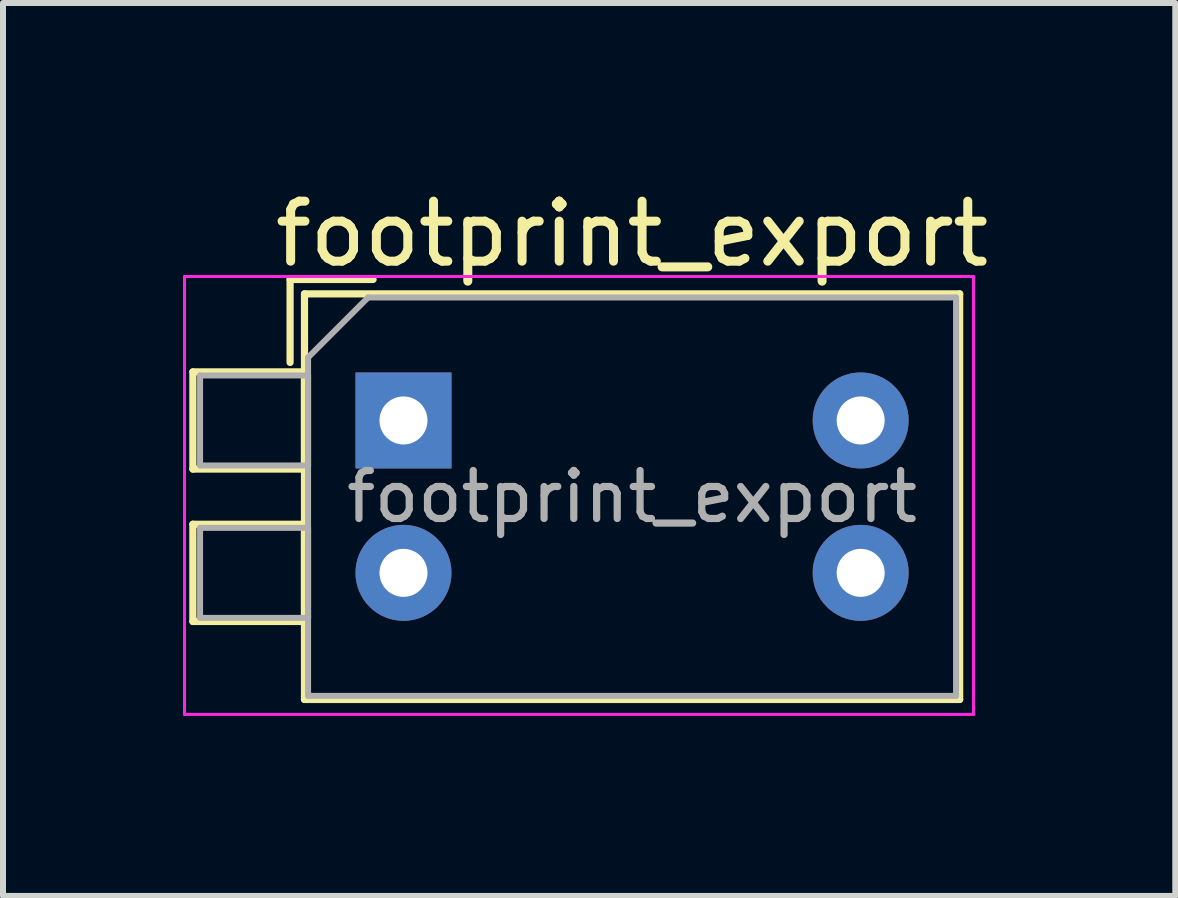
<source format=kicad_pcb>
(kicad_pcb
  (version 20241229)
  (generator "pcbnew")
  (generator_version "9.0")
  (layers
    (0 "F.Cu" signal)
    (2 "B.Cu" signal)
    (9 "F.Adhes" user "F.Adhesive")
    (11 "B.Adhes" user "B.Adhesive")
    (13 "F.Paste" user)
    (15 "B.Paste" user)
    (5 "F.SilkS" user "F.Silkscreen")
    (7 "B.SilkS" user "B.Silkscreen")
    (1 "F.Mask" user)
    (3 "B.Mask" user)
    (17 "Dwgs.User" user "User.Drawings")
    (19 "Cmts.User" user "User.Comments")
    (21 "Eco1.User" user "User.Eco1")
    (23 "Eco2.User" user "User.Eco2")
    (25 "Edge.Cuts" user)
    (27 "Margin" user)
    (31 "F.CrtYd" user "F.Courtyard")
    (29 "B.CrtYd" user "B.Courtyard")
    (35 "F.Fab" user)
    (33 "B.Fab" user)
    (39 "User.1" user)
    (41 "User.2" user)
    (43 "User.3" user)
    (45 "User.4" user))
  (footprint "footprint_export"
    (layer "F.Cu")
    (at 3.675 3.958)
    (property "Reference" "footprint_export" (at 3.81 -3.11 0) (layer "F.SilkS") (effects (font (size 1 1) (thickness 0.15))))
    (attr through_hole)
    (fp_line (start -3.51 -0.81) (end -3.51 0.81) (stroke (width 0.12) (type solid)) (layer "F.SilkS"))
    (fp_line (start -3.51 -0.81) (end -1.65 -0.81) (stroke (width 0.12) (type solid)) (layer "F.SilkS"))
    (fp_line (start -3.51 0.81) (end -1.65 0.81) (stroke (width 0.12) (type solid)) (layer "F.SilkS"))
    (fp_line (start -3.51 1.73) (end -3.51 3.35) (stroke (width 0.12) (type solid)) (layer "F.SilkS"))
    (fp_line (start -3.51 1.73) (end -1.65 1.73) (stroke (width 0.12) (type solid)) (layer "F.SilkS"))
    (fp_line (start -3.51 3.35) (end -1.65 3.35) (stroke (width 0.12) (type solid)) (layer "F.SilkS"))
    (fp_line (start -1.89 -2.35) (end -1.89 -0.967) (stroke (width 0.12) (type solid)) (layer "F.SilkS"))
    (fp_line (start -1.89 -2.35) (end -0.507 -2.35) (stroke (width 0.12) (type solid)) (layer "F.SilkS"))
    (fp_line (start -1.65 -2.11) (end -1.65 4.65) (stroke (width 0.12) (type solid)) (layer "F.SilkS"))
    (fp_line (start -1.65 -2.11) (end 9.27 -2.11) (stroke (width 0.12) (type solid)) (layer "F.SilkS"))
    (fp_line (start -1.65 -0.81) (end -1.65 0.81) (stroke (width 0.12) (type solid)) (layer "F.SilkS"))
    (fp_line (start -1.65 1.73) (end -1.65 3.35) (stroke (width 0.12) (type solid)) (layer "F.SilkS"))
    (fp_line (start -1.65 4.65) (end 9.27 4.65) (stroke (width 0.12) (type solid)) (layer "F.SilkS"))
    (fp_line (start 9.27 -2.11) (end 9.27 4.65) (stroke (width 0.12) (type solid)) (layer "F.SilkS"))
    (fp_line (start -3.65 -2.4) (end -3.65 4.9) (stroke (width 0.05) (type solid)) (layer "F.CrtYd"))
    (fp_line (start -3.65 4.9) (end 9.5 4.9) (stroke (width 0.05) (type solid)) (layer "F.CrtYd"))
    (fp_line (start 9.5 -2.4) (end -3.65 -2.4) (stroke (width 0.05) (type solid)) (layer "F.CrtYd"))
    (fp_line (start 9.5 4.9) (end 9.5 -2.4) (stroke (width 0.05) (type solid)) (layer "F.CrtYd"))
    (fp_line (start -3.39 -0.75) (end -1.59 -0.75) (stroke (width 0.1) (type solid)) (layer "F.Fab"))
    (fp_line (start -3.39 0.75) (end -3.39 -0.75) (stroke (width 0.1) (type solid)) (layer "F.Fab"))
    (fp_line (start -3.39 1.79) (end -1.59 1.79) (stroke (width 0.1) (type solid)) (layer "F.Fab"))
    (fp_line (start -3.39 3.29) (end -3.39 1.79) (stroke (width 0.1) (type solid)) (layer "F.Fab"))
    (fp_line (start -1.59 -1.05) (end -0.59 -2.05) (stroke (width 0.1) (type solid)) (layer "F.Fab"))
    (fp_line (start -1.59 -0.75) (end -1.59 0.75) (stroke (width 0.1) (type solid)) (layer "F.Fab"))
    (fp_line (start -1.59 0.75) (end -3.39 0.75) (stroke (width 0.1) (type solid)) (layer "F.Fab"))
    (fp_line (start -1.59 1.79) (end -1.59 3.29) (stroke (width 0.1) (type solid)) (layer "F.Fab"))
    (fp_line (start -1.59 3.29) (end -3.39 3.29) (stroke (width 0.1) (type solid)) (layer "F.Fab"))
    (fp_line (start -1.59 4.59) (end -1.59 -1.05) (stroke (width 0.1) (type solid)) (layer "F.Fab"))
    (fp_line (start -0.59 -2.05) (end 9.21 -2.05) (stroke (width 0.1) (type solid)) (layer "F.Fab"))
    (fp_line (start 9.21 -2.05) (end 9.21 4.59) (stroke (width 0.1) (type solid)) (layer "F.Fab"))
    (fp_line (start 9.21 4.59) (end -1.59 4.59) (stroke (width 0.1) (type solid)) (layer "F.Fab"))
    (fp_text user "${REFERENCE}" (at 3.81 1.27 0) (layer "F.Fab") (effects (font (size 0.8 0.8) (thickness 0.12))))
    (pad "1" thru_hole rect (at 0 0) (size 1.6 1.6) (drill 0.8) (layers "*.Cu" "*.Mask"))
    (pad "2" thru_hole oval (at 0 2.54) (size 1.6 1.6) (drill 0.8) (layers "*.Cu" "*.Mask"))
    (pad "3" thru_hole oval (at 7.62 2.54) (size 1.6 1.6) (drill 0.8) (layers "*.Cu" "*.Mask"))
    (pad "4" thru_hole oval (at 7.62 0) (size 1.6 1.6) (drill 0.8) (layers "*.Cu" "*.Mask")))
  (gr_rect
    (start -3 -3)
    (end 16.539 11.883)
    (stroke (width 0.1) (type default))
    (fill no)
    (layer "Edge.Cuts")))
</source>
